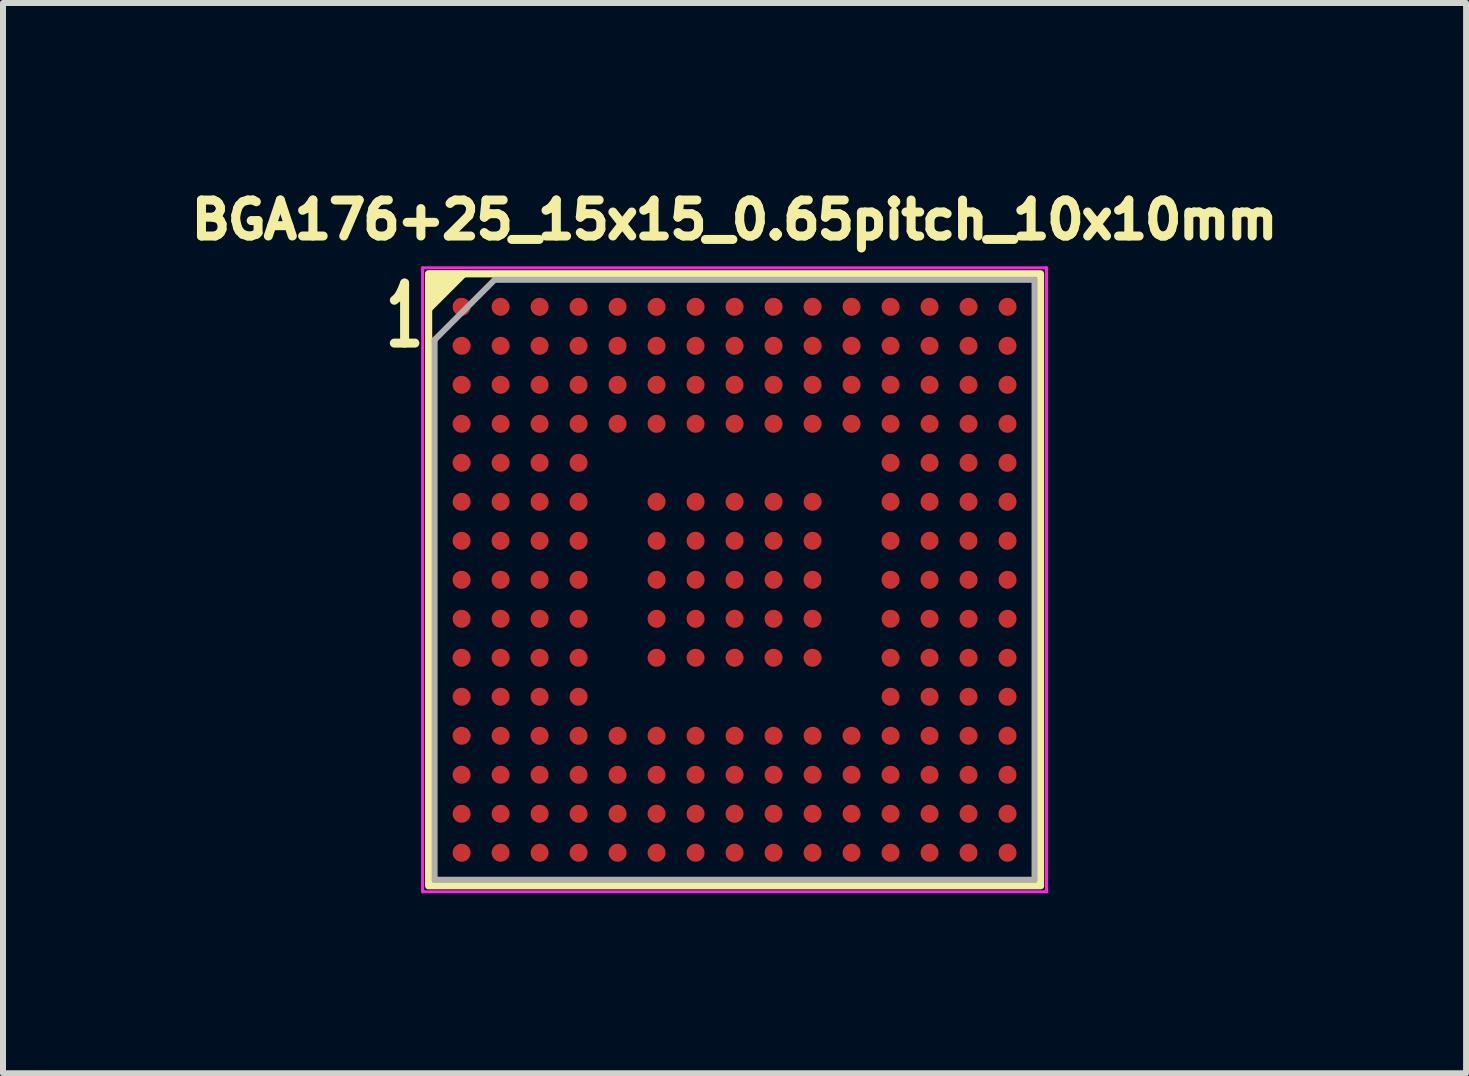
<source format=kicad_pcb>
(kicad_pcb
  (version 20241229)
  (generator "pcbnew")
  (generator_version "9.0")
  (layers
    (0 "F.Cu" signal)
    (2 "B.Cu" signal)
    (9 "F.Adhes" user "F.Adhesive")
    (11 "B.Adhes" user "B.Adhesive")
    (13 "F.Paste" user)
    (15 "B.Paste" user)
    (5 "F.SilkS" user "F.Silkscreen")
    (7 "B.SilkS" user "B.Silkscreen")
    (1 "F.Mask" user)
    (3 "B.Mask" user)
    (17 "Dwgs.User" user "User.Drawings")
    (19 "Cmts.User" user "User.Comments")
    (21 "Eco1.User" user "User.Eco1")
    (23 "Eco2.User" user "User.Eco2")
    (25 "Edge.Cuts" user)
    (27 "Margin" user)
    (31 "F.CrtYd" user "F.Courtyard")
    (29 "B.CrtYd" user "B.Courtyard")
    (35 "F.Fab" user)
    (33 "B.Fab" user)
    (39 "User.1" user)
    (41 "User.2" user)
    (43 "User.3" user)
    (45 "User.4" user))
  (footprint "BGA176+25_15x15_0.65pitch_10x10mm"
    (layer "F.Cu")
    (at 9.194 6.614)
    (property "Reference" "BGA176+25_15x15_0.65pitch_10x10mm" (at 0 -6 0) (layer "F.SilkS") (effects (font (size 0.6 0.6) (thickness 0.15))))
    (attr through_hole)
    (fp_rect (start -5.1 -5.1) (end 5.1 5.1) (stroke (width 0.12) (type solid)) (fill no) (layer "F.SilkS"))
    (fp_poly (pts (xy -5.1 -4.5) (xy -5.1 -5.1) (xy -4.5 -5.1)) (stroke (width 0.1) (type solid)) (fill yes) (layer "F.SilkS"))
    (fp_line (start -5.2 -5.2) (end 5.2 -5.2) (stroke (width 0.05) (type solid)) (layer "F.CrtYd"))
    (fp_line (start -5.2 5.2) (end -5.2 -5.2) (stroke (width 0.05) (type solid)) (layer "F.CrtYd"))
    (fp_line (start 5.2 -5.2) (end 5.2 5.2) (stroke (width 0.05) (type solid)) (layer "F.CrtYd"))
    (fp_line (start 5.2 5.2) (end -5.2 5.2) (stroke (width 0.05) (type solid)) (layer "F.CrtYd"))
    (fp_line (start -5 -4) (end -5 5) (stroke (width 0.1) (type solid)) (layer "F.Fab"))
    (fp_line (start -5 5) (end 5 5) (stroke (width 0.1) (type solid)) (layer "F.Fab"))
    (fp_line (start -4 -5) (end -5 -4) (stroke (width 0.1) (type solid)) (layer "F.Fab"))
    (fp_line (start 5 -5) (end -4 -5) (stroke (width 0.1) (type solid)) (layer "F.Fab"))
    (fp_line (start 5 5) (end 5 -5) (stroke (width 0.1) (type solid)) (layer "F.Fab"))
    (fp_text user "1" (at -5.5 -4.4 0) (unlocked yes) (layer "F.SilkS") (effects (font (size 1 0.6) (thickness 0.15))))
    (pad "A1" smd circle (at -4.55 -4.55) (size 0.3 0.3) (layers "F.Cu" "F.Mask" "F.Paste"))
    (pad "A2" smd circle (at -3.9 -4.55) (size 0.3 0.3) (layers "F.Cu" "F.Mask" "F.Paste"))
    (pad "A3" smd circle (at -3.25 -4.55) (size 0.3 0.3) (layers "F.Cu" "F.Mask" "F.Paste"))
    (pad "A4" smd circle (at -2.6 -4.55) (size 0.3 0.3) (layers "F.Cu" "F.Mask" "F.Paste"))
    (pad "A5" smd circle (at -1.95 -4.55) (size 0.3 0.3) (layers "F.Cu" "F.Mask" "F.Paste"))
    (pad "A6" smd circle (at -1.3 -4.55) (size 0.3 0.3) (layers "F.Cu" "F.Mask" "F.Paste"))
    (pad "A7" smd circle (at -0.65 -4.55) (size 0.3 0.3) (layers "F.Cu" "F.Mask" "F.Paste"))
    (pad "A8" smd circle (at 0 -4.55) (size 0.3 0.3) (layers "F.Cu" "F.Mask" "F.Paste"))
    (pad "A9" smd circle (at 0.65 -4.55) (size 0.3 0.3) (layers "F.Cu" "F.Mask" "F.Paste"))
    (pad "A10" smd circle (at 1.3 -4.55) (size 0.3 0.3) (layers "F.Cu" "F.Mask" "F.Paste"))
    (pad "A11" smd circle (at 1.95 -4.55) (size 0.3 0.3) (layers "F.Cu" "F.Mask" "F.Paste"))
    (pad "A12" smd circle (at 2.6 -4.55) (size 0.3 0.3) (layers "F.Cu" "F.Mask" "F.Paste"))
    (pad "A13" smd circle (at 3.25 -4.55) (size 0.3 0.3) (layers "F.Cu" "F.Mask" "F.Paste"))
    (pad "A14" smd circle (at 3.9 -4.55) (size 0.3 0.3) (layers "F.Cu" "F.Mask" "F.Paste"))
    (pad "A15" smd circle (at 4.55 -4.55) (size 0.3 0.3) (layers "F.Cu" "F.Mask" "F.Paste"))
    (pad "B1" smd circle (at -4.55 -3.9) (size 0.3 0.3) (layers "F.Cu" "F.Mask" "F.Paste"))
    (pad "B2" smd circle (at -3.9 -3.9) (size 0.3 0.3) (layers "F.Cu" "F.Mask" "F.Paste"))
    (pad "B3" smd circle (at -3.25 -3.9) (size 0.3 0.3) (layers "F.Cu" "F.Mask" "F.Paste"))
    (pad "B4" smd circle (at -2.6 -3.9) (size 0.3 0.3) (layers "F.Cu" "F.Mask" "F.Paste"))
    (pad "B5" smd circle (at -1.95 -3.9) (size 0.3 0.3) (layers "F.Cu" "F.Mask" "F.Paste"))
    (pad "B6" smd circle (at -1.3 -3.9) (size 0.3 0.3) (layers "F.Cu" "F.Mask" "F.Paste"))
    (pad "B7" smd circle (at -0.65 -3.9) (size 0.3 0.3) (layers "F.Cu" "F.Mask" "F.Paste"))
    (pad "B8" smd circle (at 0 -3.9) (size 0.3 0.3) (layers "F.Cu" "F.Mask" "F.Paste"))
    (pad "B9" smd circle (at 0.65 -3.9) (size 0.3 0.3) (layers "F.Cu" "F.Mask" "F.Paste"))
    (pad "B10" smd circle (at 1.3 -3.9) (size 0.3 0.3) (layers "F.Cu" "F.Mask" "F.Paste"))
    (pad "B11" smd circle (at 1.95 -3.9) (size 0.3 0.3) (layers "F.Cu" "F.Mask" "F.Paste"))
    (pad "B12" smd circle (at 2.6 -3.9) (size 0.3 0.3) (layers "F.Cu" "F.Mask" "F.Paste"))
    (pad "B13" smd circle (at 3.25 -3.9) (size 0.3 0.3) (layers "F.Cu" "F.Mask" "F.Paste"))
    (pad "B14" smd circle (at 3.9 -3.9) (size 0.3 0.3) (layers "F.Cu" "F.Mask" "F.Paste"))
    (pad "B15" smd circle (at 4.55 -3.9) (size 0.3 0.3) (layers "F.Cu" "F.Mask" "F.Paste"))
    (pad "C1" smd circle (at -4.55 -3.25) (size 0.3 0.3) (layers "F.Cu" "F.Mask" "F.Paste"))
    (pad "C2" smd circle (at -3.9 -3.25) (size 0.3 0.3) (layers "F.Cu" "F.Mask" "F.Paste"))
    (pad "C3" smd circle (at -3.25 -3.25) (size 0.3 0.3) (layers "F.Cu" "F.Mask" "F.Paste"))
    (pad "C4" smd circle (at -2.6 -3.25) (size 0.3 0.3) (layers "F.Cu" "F.Mask" "F.Paste"))
    (pad "C5" smd circle (at -1.95 -3.25) (size 0.3 0.3) (layers "F.Cu" "F.Mask" "F.Paste"))
    (pad "C6" smd circle (at -1.3 -3.25) (size 0.3 0.3) (layers "F.Cu" "F.Mask" "F.Paste"))
    (pad "C7" smd circle (at -0.65 -3.25) (size 0.3 0.3) (layers "F.Cu" "F.Mask" "F.Paste"))
    (pad "C8" smd circle (at 0 -3.25) (size 0.3 0.3) (layers "F.Cu" "F.Mask" "F.Paste"))
    (pad "C9" smd circle (at 0.65 -3.25) (size 0.3 0.3) (layers "F.Cu" "F.Mask" "F.Paste"))
    (pad "C10" smd circle (at 1.3 -3.25) (size 0.3 0.3) (layers "F.Cu" "F.Mask" "F.Paste"))
    (pad "C11" smd circle (at 1.95 -3.25) (size 0.3 0.3) (layers "F.Cu" "F.Mask" "F.Paste"))
    (pad "C12" smd circle (at 2.6 -3.25) (size 0.3 0.3) (layers "F.Cu" "F.Mask" "F.Paste"))
    (pad "C13" smd circle (at 3.25 -3.25) (size 0.3 0.3) (layers "F.Cu" "F.Mask" "F.Paste"))
    (pad "C14" smd circle (at 3.9 -3.25) (size 0.3 0.3) (layers "F.Cu" "F.Mask" "F.Paste"))
    (pad "C15" smd circle (at 4.55 -3.25) (size 0.3 0.3) (layers "F.Cu" "F.Mask" "F.Paste"))
    (pad "D1" smd circle (at -4.55 -2.6) (size 0.3 0.3) (layers "F.Cu" "F.Mask" "F.Paste"))
    (pad "D2" smd circle (at -3.9 -2.6) (size 0.3 0.3) (layers "F.Cu" "F.Mask" "F.Paste"))
    (pad "D3" smd circle (at -3.25 -2.6) (size 0.3 0.3) (layers "F.Cu" "F.Mask" "F.Paste"))
    (pad "D4" smd circle (at -2.6 -2.6) (size 0.3 0.3) (layers "F.Cu" "F.Mask" "F.Paste"))
    (pad "D5" smd circle (at -1.95 -2.6) (size 0.3 0.3) (layers "F.Cu" "F.Mask" "F.Paste"))
    (pad "D6" smd circle (at -1.3 -2.6) (size 0.3 0.3) (layers "F.Cu" "F.Mask" "F.Paste"))
    (pad "D7" smd circle (at -0.65 -2.6) (size 0.3 0.3) (layers "F.Cu" "F.Mask" "F.Paste"))
    (pad "D8" smd circle (at 0 -2.6) (size 0.3 0.3) (layers "F.Cu" "F.Mask" "F.Paste"))
    (pad "D9" smd circle (at 0.65 -2.6) (size 0.3 0.3) (layers "F.Cu" "F.Mask" "F.Paste"))
    (pad "D10" smd circle (at 1.3 -2.6) (size 0.3 0.3) (layers "F.Cu" "F.Mask" "F.Paste"))
    (pad "D11" smd circle (at 1.95 -2.6) (size 0.3 0.3) (layers "F.Cu" "F.Mask" "F.Paste"))
    (pad "D12" smd circle (at 2.6 -2.6) (size 0.3 0.3) (layers "F.Cu" "F.Mask" "F.Paste"))
    (pad "D13" smd circle (at 3.25 -2.6) (size 0.3 0.3) (layers "F.Cu" "F.Mask" "F.Paste"))
    (pad "D14" smd circle (at 3.9 -2.6) (size 0.3 0.3) (layers "F.Cu" "F.Mask" "F.Paste"))
    (pad "D15" smd circle (at 4.55 -2.6) (size 0.3 0.3) (layers "F.Cu" "F.Mask" "F.Paste"))
    (pad "E1" smd circle (at -4.55 -1.95) (size 0.3 0.3) (layers "F.Cu" "F.Mask" "F.Paste"))
    (pad "E2" smd circle (at -3.9 -1.95) (size 0.3 0.3) (layers "F.Cu" "F.Mask" "F.Paste"))
    (pad "E3" smd circle (at -3.25 -1.95) (size 0.3 0.3) (layers "F.Cu" "F.Mask" "F.Paste"))
    (pad "E4" smd circle (at -2.6 -1.95) (size 0.3 0.3) (layers "F.Cu" "F.Mask" "F.Paste"))
    (pad "E12" smd circle (at 2.6 -1.95) (size 0.3 0.3) (layers "F.Cu" "F.Mask" "F.Paste"))
    (pad "E13" smd circle (at 3.25 -1.95) (size 0.3 0.3) (layers "F.Cu" "F.Mask" "F.Paste"))
    (pad "E14" smd circle (at 3.9 -1.95) (size 0.3 0.3) (layers "F.Cu" "F.Mask" "F.Paste"))
    (pad "E15" smd circle (at 4.55 -1.95) (size 0.3 0.3) (layers "F.Cu" "F.Mask" "F.Paste"))
    (pad "F1" smd circle (at -4.55 -1.3) (size 0.3 0.3) (layers "F.Cu" "F.Mask" "F.Paste"))
    (pad "F2" smd circle (at -3.9 -1.3) (size 0.3 0.3) (layers "F.Cu" "F.Mask" "F.Paste"))
    (pad "F3" smd circle (at -3.25 -1.3) (size 0.3 0.3) (layers "F.Cu" "F.Mask" "F.Paste"))
    (pad "F4" smd circle (at -2.6 -1.3) (size 0.3 0.3) (layers "F.Cu" "F.Mask" "F.Paste"))
    (pad "F6" smd circle (at -1.3 -1.3) (size 0.3 0.3) (layers "F.Cu" "F.Mask" "F.Paste"))
    (pad "F7" smd circle (at -0.65 -1.3) (size 0.3 0.3) (layers "F.Cu" "F.Mask" "F.Paste"))
    (pad "F8" smd circle (at 0 -1.3) (size 0.3 0.3) (layers "F.Cu" "F.Mask" "F.Paste"))
    (pad "F9" smd circle (at 0.65 -1.3) (size 0.3 0.3) (layers "F.Cu" "F.Mask" "F.Paste"))
    (pad "F10" smd circle (at 1.3 -1.3) (size 0.3 0.3) (layers "F.Cu" "F.Mask" "F.Paste"))
    (pad "F12" smd circle (at 2.6 -1.3) (size 0.3 0.3) (layers "F.Cu" "F.Mask" "F.Paste"))
    (pad "F13" smd circle (at 3.25 -1.3) (size 0.3 0.3) (layers "F.Cu" "F.Mask" "F.Paste"))
    (pad "F14" smd circle (at 3.9 -1.3) (size 0.3 0.3) (layers "F.Cu" "F.Mask" "F.Paste"))
    (pad "F15" smd circle (at 4.55 -1.3) (size 0.3 0.3) (layers "F.Cu" "F.Mask" "F.Paste"))
    (pad "G1" smd circle (at -4.55 -0.65) (size 0.3 0.3) (layers "F.Cu" "F.Mask" "F.Paste"))
    (pad "G2" smd circle (at -3.9 -0.65) (size 0.3 0.3) (layers "F.Cu" "F.Mask" "F.Paste"))
    (pad "G3" smd circle (at -3.25 -0.65) (size 0.3 0.3) (layers "F.Cu" "F.Mask" "F.Paste"))
    (pad "G4" smd circle (at -2.6 -0.65) (size 0.3 0.3) (layers "F.Cu" "F.Mask" "F.Paste"))
    (pad "G6" smd circle (at -1.3 -0.65) (size 0.3 0.3) (layers "F.Cu" "F.Mask" "F.Paste"))
    (pad "G7" smd circle (at -0.65 -0.65) (size 0.3 0.3) (layers "F.Cu" "F.Mask" "F.Paste"))
    (pad "G8" smd circle (at 0 -0.65) (size 0.3 0.3) (layers "F.Cu" "F.Mask" "F.Paste"))
    (pad "G9" smd circle (at 0.65 -0.65) (size 0.3 0.3) (layers "F.Cu" "F.Mask" "F.Paste"))
    (pad "G10" smd circle (at 1.3 -0.65) (size 0.3 0.3) (layers "F.Cu" "F.Mask" "F.Paste"))
    (pad "G12" smd circle (at 2.6 -0.65) (size 0.3 0.3) (layers "F.Cu" "F.Mask" "F.Paste"))
    (pad "G13" smd circle (at 3.25 -0.65) (size 0.3 0.3) (layers "F.Cu" "F.Mask" "F.Paste"))
    (pad "G14" smd circle (at 3.9 -0.65) (size 0.3 0.3) (layers "F.Cu" "F.Mask" "F.Paste"))
    (pad "G15" smd circle (at 4.55 -0.65) (size 0.3 0.3) (layers "F.Cu" "F.Mask" "F.Paste"))
    (pad "H1" smd circle (at -4.55 0) (size 0.3 0.3) (layers "F.Cu" "F.Mask" "F.Paste"))
    (pad "H2" smd circle (at -3.9 0) (size 0.3 0.3) (layers "F.Cu" "F.Mask" "F.Paste"))
    (pad "H3" smd circle (at -3.25 0) (size 0.3 0.3) (layers "F.Cu" "F.Mask" "F.Paste"))
    (pad "H4" smd circle (at -2.6 0) (size 0.3 0.3) (layers "F.Cu" "F.Mask" "F.Paste"))
    (pad "H6" smd circle (at -1.3 0) (size 0.3 0.3) (layers "F.Cu" "F.Mask" "F.Paste"))
    (pad "H7" smd circle (at -0.65 0) (size 0.3 0.3) (layers "F.Cu" "F.Mask" "F.Paste"))
    (pad "H8" smd circle (at 0 0) (size 0.3 0.3) (layers "F.Cu" "F.Mask" "F.Paste"))
    (pad "H9" smd circle (at 0.65 0) (size 0.3 0.3) (layers "F.Cu" "F.Mask" "F.Paste"))
    (pad "H10" smd circle (at 1.3 0) (size 0.3 0.3) (layers "F.Cu" "F.Mask" "F.Paste"))
    (pad "H12" smd circle (at 2.6 0) (size 0.3 0.3) (layers "F.Cu" "F.Mask" "F.Paste"))
    (pad "H13" smd circle (at 3.25 0) (size 0.3 0.3) (layers "F.Cu" "F.Mask" "F.Paste"))
    (pad "H14" smd circle (at 3.9 0) (size 0.3 0.3) (layers "F.Cu" "F.Mask" "F.Paste"))
    (pad "H15" smd circle (at 4.55 0) (size 0.3 0.3) (layers "F.Cu" "F.Mask" "F.Paste"))
    (pad "J1" smd circle (at -4.55 0.65) (size 0.3 0.3) (layers "F.Cu" "F.Mask" "F.Paste"))
    (pad "J2" smd circle (at -3.9 0.65) (size 0.3 0.3) (layers "F.Cu" "F.Mask" "F.Paste"))
    (pad "J3" smd circle (at -3.25 0.65) (size 0.3 0.3) (layers "F.Cu" "F.Mask" "F.Paste"))
    (pad "J4" smd circle (at -2.6 0.65) (size 0.3 0.3) (layers "F.Cu" "F.Mask" "F.Paste"))
    (pad "J6" smd circle (at -1.3 0.65) (size 0.3 0.3) (layers "F.Cu" "F.Mask" "F.Paste"))
    (pad "J7" smd circle (at -0.65 0.65) (size 0.3 0.3) (layers "F.Cu" "F.Mask" "F.Paste"))
    (pad "J8" smd circle (at 0 0.65) (size 0.3 0.3) (layers "F.Cu" "F.Mask" "F.Paste"))
    (pad "J9" smd circle (at 0.65 0.65) (size 0.3 0.3) (layers "F.Cu" "F.Mask" "F.Paste"))
    (pad "J10" smd circle (at 1.3 0.65) (size 0.3 0.3) (layers "F.Cu" "F.Mask" "F.Paste"))
    (pad "J12" smd circle (at 2.6 0.65) (size 0.3 0.3) (layers "F.Cu" "F.Mask" "F.Paste"))
    (pad "J13" smd circle (at 3.25 0.65) (size 0.3 0.3) (layers "F.Cu" "F.Mask" "F.Paste"))
    (pad "J14" smd circle (at 3.9 0.65) (size 0.3 0.3) (layers "F.Cu" "F.Mask" "F.Paste"))
    (pad "J15" smd circle (at 4.55 0.65) (size 0.3 0.3) (layers "F.Cu" "F.Mask" "F.Paste"))
    (pad "K1" smd circle (at -4.55 1.3) (size 0.3 0.3) (layers "F.Cu" "F.Mask" "F.Paste"))
    (pad "K2" smd circle (at -3.9 1.3) (size 0.3 0.3) (layers "F.Cu" "F.Mask" "F.Paste"))
    (pad "K3" smd circle (at -3.25 1.3) (size 0.3 0.3) (layers "F.Cu" "F.Mask" "F.Paste"))
    (pad "K4" smd circle (at -2.6 1.3) (size 0.3 0.3) (layers "F.Cu" "F.Mask" "F.Paste"))
    (pad "K6" smd circle (at -1.3 1.3) (size 0.3 0.3) (layers "F.Cu" "F.Mask" "F.Paste"))
    (pad "K7" smd circle (at -0.65 1.3) (size 0.3 0.3) (layers "F.Cu" "F.Mask" "F.Paste"))
    (pad "K8" smd circle (at 0 1.3) (size 0.3 0.3) (layers "F.Cu" "F.Mask" "F.Paste"))
    (pad "K9" smd circle (at 0.65 1.3) (size 0.3 0.3) (layers "F.Cu" "F.Mask" "F.Paste"))
    (pad "K10" smd circle (at 1.3 1.3) (size 0.3 0.3) (layers "F.Cu" "F.Mask" "F.Paste"))
    (pad "K12" smd circle (at 2.6 1.3) (size 0.3 0.3) (layers "F.Cu" "F.Mask" "F.Paste"))
    (pad "K13" smd circle (at 3.25 1.3) (size 0.3 0.3) (layers "F.Cu" "F.Mask" "F.Paste"))
    (pad "K14" smd circle (at 3.9 1.3) (size 0.3 0.3) (layers "F.Cu" "F.Mask" "F.Paste"))
    (pad "K15" smd circle (at 4.55 1.3) (size 0.3 0.3) (layers "F.Cu" "F.Mask" "F.Paste"))
    (pad "L1" smd circle (at -4.55 1.95) (size 0.3 0.3) (layers "F.Cu" "F.Mask" "F.Paste"))
    (pad "L2" smd circle (at -3.9 1.95) (size 0.3 0.3) (layers "F.Cu" "F.Mask" "F.Paste"))
    (pad "L3" smd circle (at -3.25 1.95) (size 0.3 0.3) (layers "F.Cu" "F.Mask" "F.Paste"))
    (pad "L4" smd circle (at -2.6 1.95) (size 0.3 0.3) (layers "F.Cu" "F.Mask" "F.Paste"))
    (pad "L12" smd circle (at 2.6 1.95) (size 0.3 0.3) (layers "F.Cu" "F.Mask" "F.Paste"))
    (pad "L13" smd circle (at 3.25 1.95) (size 0.3 0.3) (layers "F.Cu" "F.Mask" "F.Paste"))
    (pad "L14" smd circle (at 3.9 1.95) (size 0.3 0.3) (layers "F.Cu" "F.Mask" "F.Paste"))
    (pad "L15" smd circle (at 4.55 1.95) (size 0.3 0.3) (layers "F.Cu" "F.Mask" "F.Paste"))
    (pad "M1" smd circle (at -4.55 2.6) (size 0.3 0.3) (layers "F.Cu" "F.Mask" "F.Paste"))
    (pad "M2" smd circle (at -3.9 2.6) (size 0.3 0.3) (layers "F.Cu" "F.Mask" "F.Paste"))
    (pad "M3" smd circle (at -3.25 2.6) (size 0.3 0.3) (layers "F.Cu" "F.Mask" "F.Paste"))
    (pad "M4" smd circle (at -2.6 2.6) (size 0.3 0.3) (layers "F.Cu" "F.Mask" "F.Paste"))
    (pad "M5" smd circle (at -1.95 2.6) (size 0.3 0.3) (layers "F.Cu" "F.Mask" "F.Paste"))
    (pad "M6" smd circle (at -1.3 2.6) (size 0.3 0.3) (layers "F.Cu" "F.Mask" "F.Paste"))
    (pad "M7" smd circle (at -0.65 2.6) (size 0.3 0.3) (layers "F.Cu" "F.Mask" "F.Paste"))
    (pad "M8" smd circle (at 0 2.6) (size 0.3 0.3) (layers "F.Cu" "F.Mask" "F.Paste"))
    (pad "M9" smd circle (at 0.65 2.6) (size 0.3 0.3) (layers "F.Cu" "F.Mask" "F.Paste"))
    (pad "M10" smd circle (at 1.3 2.6) (size 0.3 0.3) (layers "F.Cu" "F.Mask" "F.Paste"))
    (pad "M11" smd circle (at 1.95 2.6) (size 0.3 0.3) (layers "F.Cu" "F.Mask" "F.Paste"))
    (pad "M12" smd circle (at 2.6 2.6) (size 0.3 0.3) (layers "F.Cu" "F.Mask" "F.Paste"))
    (pad "M13" smd circle (at 3.25 2.6) (size 0.3 0.3) (layers "F.Cu" "F.Mask" "F.Paste"))
    (pad "M14" smd circle (at 3.9 2.6) (size 0.3 0.3) (layers "F.Cu" "F.Mask" "F.Paste"))
    (pad "M15" smd circle (at 4.55 2.6) (size 0.3 0.3) (layers "F.Cu" "F.Mask" "F.Paste"))
    (pad "N1" smd circle (at -4.55 3.25) (size 0.3 0.3) (layers "F.Cu" "F.Mask" "F.Paste"))
    (pad "N2" smd circle (at -3.9 3.25) (size 0.3 0.3) (layers "F.Cu" "F.Mask" "F.Paste"))
    (pad "N3" smd circle (at -3.25 3.25) (size 0.3 0.3) (layers "F.Cu" "F.Mask" "F.Paste"))
    (pad "N4" smd circle (at -2.6 3.25) (size 0.3 0.3) (layers "F.Cu" "F.Mask" "F.Paste"))
    (pad "N5" smd circle (at -1.95 3.25) (size 0.3 0.3) (layers "F.Cu" "F.Mask" "F.Paste"))
    (pad "N6" smd circle (at -1.3 3.25) (size 0.3 0.3) (layers "F.Cu" "F.Mask" "F.Paste"))
    (pad "N7" smd circle (at -0.65 3.25) (size 0.3 0.3) (layers "F.Cu" "F.Mask" "F.Paste"))
    (pad "N8" smd circle (at 0 3.25) (size 0.3 0.3) (layers "F.Cu" "F.Mask" "F.Paste"))
    (pad "N9" smd circle (at 0.65 3.25) (size 0.3 0.3) (layers "F.Cu" "F.Mask" "F.Paste"))
    (pad "N10" smd circle (at 1.3 3.25) (size 0.3 0.3) (layers "F.Cu" "F.Mask" "F.Paste"))
    (pad "N11" smd circle (at 1.95 3.25) (size 0.3 0.3) (layers "F.Cu" "F.Mask" "F.Paste"))
    (pad "N12" smd circle (at 2.6 3.25) (size 0.3 0.3) (layers "F.Cu" "F.Mask" "F.Paste"))
    (pad "N13" smd circle (at 3.25 3.25) (size 0.3 0.3) (layers "F.Cu" "F.Mask" "F.Paste"))
    (pad "N14" smd circle (at 3.9 3.25) (size 0.3 0.3) (layers "F.Cu" "F.Mask" "F.Paste"))
    (pad "N15" smd circle (at 4.55 3.25) (size 0.3 0.3) (layers "F.Cu" "F.Mask" "F.Paste"))
    (pad "P1" smd circle (at -4.55 3.9) (size 0.3 0.3) (layers "F.Cu" "F.Mask" "F.Paste"))
    (pad "P2" smd circle (at -3.9 3.9) (size 0.3 0.3) (layers "F.Cu" "F.Mask" "F.Paste"))
    (pad "P3" smd circle (at -3.25 3.9) (size 0.3 0.3) (layers "F.Cu" "F.Mask" "F.Paste"))
    (pad "P4" smd circle (at -2.6 3.9) (size 0.3 0.3) (layers "F.Cu" "F.Mask" "F.Paste"))
    (pad "P5" smd circle (at -1.95 3.9) (size 0.3 0.3) (layers "F.Cu" "F.Mask" "F.Paste"))
    (pad "P6" smd circle (at -1.3 3.9) (size 0.3 0.3) (layers "F.Cu" "F.Mask" "F.Paste"))
    (pad "P7" smd circle (at -0.65 3.9) (size 0.3 0.3) (layers "F.Cu" "F.Mask" "F.Paste"))
    (pad "P8" smd circle (at 0 3.9) (size 0.3 0.3) (layers "F.Cu" "F.Mask" "F.Paste"))
    (pad "P9" smd circle (at 0.65 3.9) (size 0.3 0.3) (layers "F.Cu" "F.Mask" "F.Paste"))
    (pad "P10" smd circle (at 1.3 3.9) (size 0.3 0.3) (layers "F.Cu" "F.Mask" "F.Paste"))
    (pad "P11" smd circle (at 1.95 3.9) (size 0.3 0.3) (layers "F.Cu" "F.Mask" "F.Paste"))
    (pad "P12" smd circle (at 2.6 3.9) (size 0.3 0.3) (layers "F.Cu" "F.Mask" "F.Paste"))
    (pad "P13" smd circle (at 3.25 3.9) (size 0.3 0.3) (layers "F.Cu" "F.Mask" "F.Paste"))
    (pad "P14" smd circle (at 3.9 3.9) (size 0.3 0.3) (layers "F.Cu" "F.Mask" "F.Paste"))
    (pad "P15" smd circle (at 4.55 3.9) (size 0.3 0.3) (layers "F.Cu" "F.Mask" "F.Paste"))
    (pad "R1" smd circle (at -4.55 4.55) (size 0.3 0.3) (layers "F.Cu" "F.Mask" "F.Paste"))
    (pad "R2" smd circle (at -3.9 4.55) (size 0.3 0.3) (layers "F.Cu" "F.Mask" "F.Paste"))
    (pad "R3" smd circle (at -3.25 4.55) (size 0.3 0.3) (layers "F.Cu" "F.Mask" "F.Paste"))
    (pad "R4" smd circle (at -2.6 4.55) (size 0.3 0.3) (layers "F.Cu" "F.Mask" "F.Paste"))
    (pad "R5" smd circle (at -1.95 4.55) (size 0.3 0.3) (layers "F.Cu" "F.Mask" "F.Paste"))
    (pad "R6" smd circle (at -1.3 4.55) (size 0.3 0.3) (layers "F.Cu" "F.Mask" "F.Paste"))
    (pad "R7" smd circle (at -0.65 4.55) (size 0.3 0.3) (layers "F.Cu" "F.Mask" "F.Paste"))
    (pad "R8" smd circle (at 0 4.55) (size 0.3 0.3) (layers "F.Cu" "F.Mask" "F.Paste"))
    (pad "R9" smd circle (at 0.65 4.55) (size 0.3 0.3) (layers "F.Cu" "F.Mask" "F.Paste"))
    (pad "R10" smd circle (at 1.3 4.55) (size 0.3 0.3) (layers "F.Cu" "F.Mask" "F.Paste"))
    (pad "R11" smd circle (at 1.95 4.55) (size 0.3 0.3) (layers "F.Cu" "F.Mask" "F.Paste"))
    (pad "R12" smd circle (at 2.6 4.55) (size 0.3 0.3) (layers "F.Cu" "F.Mask" "F.Paste"))
    (pad "R13" smd circle (at 3.25 4.55) (size 0.3 0.3) (layers "F.Cu" "F.Mask" "F.Paste"))
    (pad "R14" smd circle (at 3.9 4.55) (size 0.3 0.3) (layers "F.Cu" "F.Mask" "F.Paste"))
    (pad "R15" smd circle (at 4.55 4.55) (size 0.3 0.3) (layers "F.Cu" "F.Mask" "F.Paste")))
  (gr_rect
    (start -3 -3)
    (end 21.387 14.839)
    (stroke (width 0.1) (type default))
    (fill no)
    (layer "Edge.Cuts")))
</source>
